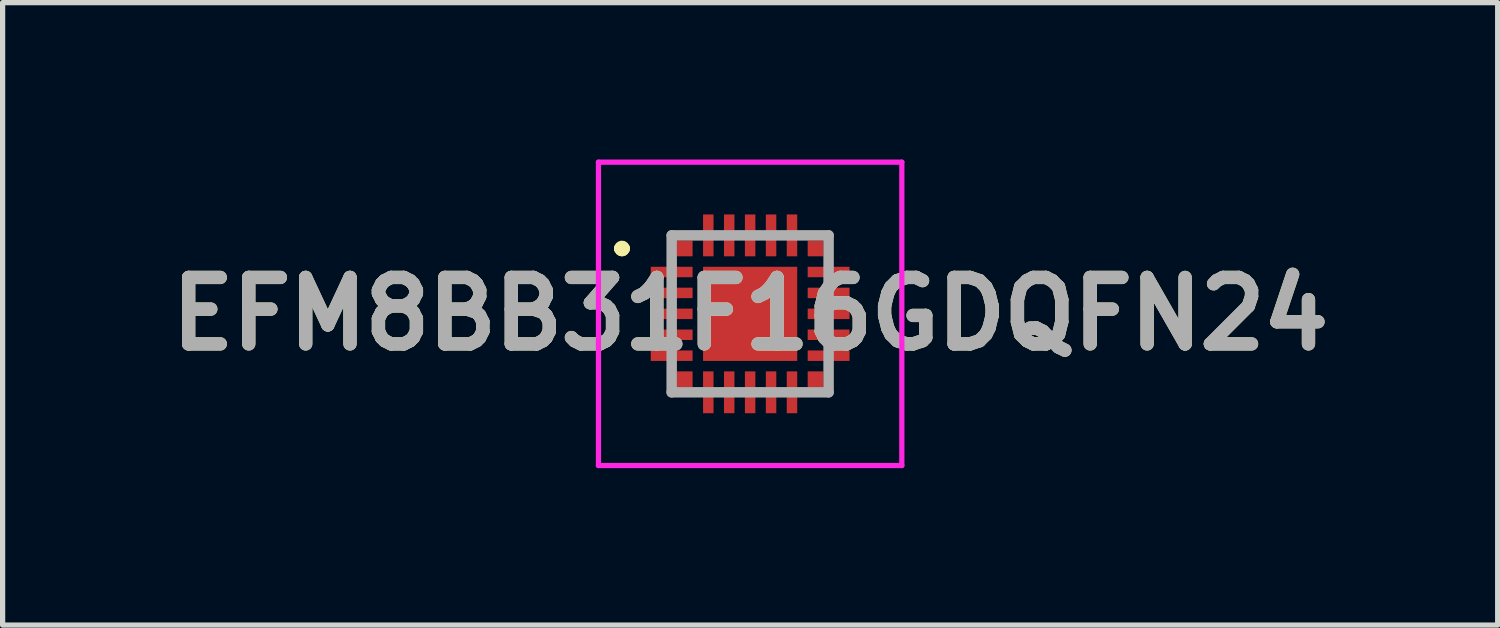
<source format=kicad_pcb>
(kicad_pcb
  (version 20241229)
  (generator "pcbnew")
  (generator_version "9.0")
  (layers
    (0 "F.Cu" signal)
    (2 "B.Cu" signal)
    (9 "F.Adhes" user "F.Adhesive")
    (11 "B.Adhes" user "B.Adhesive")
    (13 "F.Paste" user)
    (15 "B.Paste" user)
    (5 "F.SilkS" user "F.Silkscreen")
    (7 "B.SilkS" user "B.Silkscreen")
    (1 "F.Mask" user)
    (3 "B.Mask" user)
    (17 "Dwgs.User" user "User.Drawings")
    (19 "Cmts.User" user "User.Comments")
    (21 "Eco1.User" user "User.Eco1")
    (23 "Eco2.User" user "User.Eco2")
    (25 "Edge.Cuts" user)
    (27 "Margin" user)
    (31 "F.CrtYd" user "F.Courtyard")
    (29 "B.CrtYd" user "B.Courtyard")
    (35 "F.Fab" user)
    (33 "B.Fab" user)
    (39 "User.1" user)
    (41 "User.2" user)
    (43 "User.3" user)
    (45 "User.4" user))
  (footprint "EFM8BB31F16GDQFN24"
    (layer "F.Cu")
    (at 11.291 2.95)
    (property "Reference" "EFM8BB31F16GDQFN24" (at 0 0 0) (layer "F.SilkS") (effects (font (size 1.27 1.27) (thickness 0.254))))
    (attr smd)
    (fp_line (start -2.5 -1.25) (end -2.5 -1.25) (stroke (width 0.2) (type solid)) (layer "F.SilkS"))
    (fp_line (start -2.5 -1.25) (end -2.5 -1.25) (stroke (width 0.2) (type solid)) (layer "F.SilkS"))
    (fp_line (start -2.4 -1.25) (end -2.4 -1.25) (stroke (width 0.2) (type solid)) (layer "F.SilkS"))
    (fp_arc (start -2.5 -1.25) (mid -2.45 -1.3) (end -2.4 -1.25) (stroke (width 0.2) (type solid)) (layer "F.SilkS"))
    (fp_arc (start -2.4 -1.25) (mid -2.45 -1.2) (end -2.5 -1.25) (stroke (width 0.2) (type solid)) (layer "F.SilkS"))
    (fp_arc (start -2.4 -1.25) (mid -2.45 -1.2) (end -2.5 -1.25) (stroke (width 0.2) (type solid)) (layer "F.SilkS"))
    (fp_line (start -2.9 -2.9) (end 2.9 -2.9) (stroke (width 0.1) (type solid)) (layer "F.CrtYd"))
    (fp_line (start -2.9 2.9) (end -2.9 -2.9) (stroke (width 0.1) (type solid)) (layer "F.CrtYd"))
    (fp_line (start 2.9 -2.9) (end 2.9 2.9) (stroke (width 0.1) (type solid)) (layer "F.CrtYd"))
    (fp_line (start 2.9 2.9) (end -2.9 2.9) (stroke (width 0.1) (type solid)) (layer "F.CrtYd"))
    (fp_line (start -1.5 -1.5) (end -1.5 1.5) (stroke (width 0.2) (type solid)) (layer "F.Fab"))
    (fp_line (start -1.5 1.5) (end 1.5 1.5) (stroke (width 0.2) (type solid)) (layer "F.Fab"))
    (fp_line (start 1.5 -1.5) (end -1.5 -1.5) (stroke (width 0.2) (type solid)) (layer "F.Fab"))
    (fp_line (start 1.5 1.5) (end 1.5 -1.5) (stroke (width 0.2) (type solid)) (layer "F.Fab"))
    (fp_text user "${REFERENCE}" (at 0 0 0) (layer "F.Fab") (effects (font (size 1.27 1.27) (thickness 0.254))))
    (pad "1" smd rect (at -1.25 -1.25 90) (size 0.3 0.3) (layers "F.Cu" "F.Mask" "F.Paste"))
    (pad "2" smd rect (at -1.5 -0.8 90) (size 0.2 0.8) (layers "F.Cu" "F.Mask" "F.Paste"))
    (pad "3" smd rect (at -1.5 -0.4 90) (size 0.2 0.8) (layers "F.Cu" "F.Mask" "F.Paste"))
    (pad "4" smd rect (at -1.5 0 90) (size 0.2 0.8) (layers "F.Cu" "F.Mask" "F.Paste"))
    (pad "5" smd rect (at -1.5 0.4 90) (size 0.2 0.8) (layers "F.Cu" "F.Mask" "F.Paste"))
    (pad "6" smd rect (at -1.5 0.8 90) (size 0.2 0.8) (layers "F.Cu" "F.Mask" "F.Paste"))
    (pad "7" smd rect (at -1.25 1.25 90) (size 0.3 0.3) (layers "F.Cu" "F.Mask" "F.Paste"))
    (pad "8" smd rect (at -0.8 1.5) (size 0.2 0.8) (layers "F.Cu" "F.Mask" "F.Paste"))
    (pad "9" smd rect (at -0.4 1.5) (size 0.2 0.8) (layers "F.Cu" "F.Mask" "F.Paste"))
    (pad "10" smd rect (at 0 1.5) (size 0.2 0.8) (layers "F.Cu" "F.Mask" "F.Paste"))
    (pad "11" smd rect (at 0.4 1.5) (size 0.2 0.8) (layers "F.Cu" "F.Mask" "F.Paste"))
    (pad "12" smd rect (at 0.8 1.5) (size 0.2 0.8) (layers "F.Cu" "F.Mask" "F.Paste"))
    (pad "13" smd rect (at 1.25 1.25 90) (size 0.3 0.3) (layers "F.Cu" "F.Mask" "F.Paste"))
    (pad "14" smd rect (at 1.5 0.8 90) (size 0.2 0.8) (layers "F.Cu" "F.Mask" "F.Paste"))
    (pad "15" smd rect (at 1.5 0.4 90) (size 0.2 0.8) (layers "F.Cu" "F.Mask" "F.Paste"))
    (pad "16" smd rect (at 1.5 0 90) (size 0.2 0.8) (layers "F.Cu" "F.Mask" "F.Paste"))
    (pad "17" smd rect (at 1.5 -0.4 90) (size 0.2 0.8) (layers "F.Cu" "F.Mask" "F.Paste"))
    (pad "18" smd rect (at 1.5 -0.8 90) (size 0.2 0.8) (layers "F.Cu" "F.Mask" "F.Paste"))
    (pad "19" smd rect (at 1.25 -1.25 90) (size 0.3 0.3) (layers "F.Cu" "F.Mask" "F.Paste"))
    (pad "20" smd rect (at 0.8 -1.5) (size 0.2 0.8) (layers "F.Cu" "F.Mask" "F.Paste"))
    (pad "21" smd rect (at 0.4 -1.5) (size 0.2 0.8) (layers "F.Cu" "F.Mask" "F.Paste"))
    (pad "22" smd rect (at 0 -1.5) (size 0.2 0.8) (layers "F.Cu" "F.Mask" "F.Paste"))
    (pad "23" smd rect (at -0.4 -1.5) (size 0.2 0.8) (layers "F.Cu" "F.Mask" "F.Paste"))
    (pad "24" smd rect (at -0.8 -1.5) (size 0.2 0.8) (layers "F.Cu" "F.Mask" "F.Paste"))
    (pad "25" smd rect (at 0 0) (size 1.8 1.8) (layers "F.Cu" "F.Mask" "F.Paste")))
  (gr_rect
    (start -3 -3)
    (end 25.582 8.9)
    (stroke (width 0.1) (type default))
    (fill no)
    (layer "Edge.Cuts")))
</source>
